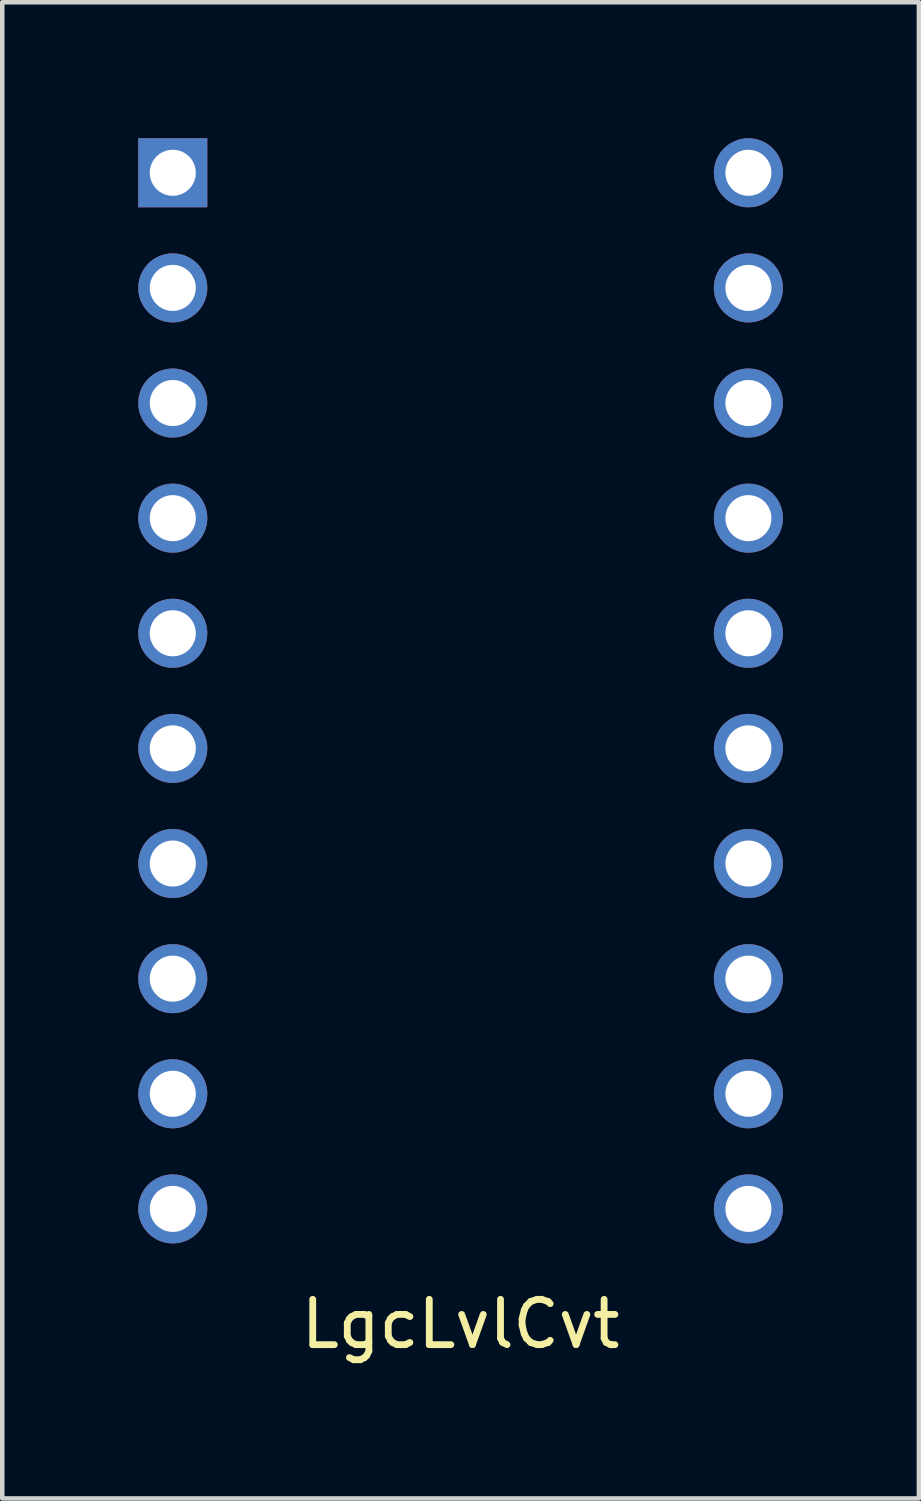
<source format=kicad_pcb>
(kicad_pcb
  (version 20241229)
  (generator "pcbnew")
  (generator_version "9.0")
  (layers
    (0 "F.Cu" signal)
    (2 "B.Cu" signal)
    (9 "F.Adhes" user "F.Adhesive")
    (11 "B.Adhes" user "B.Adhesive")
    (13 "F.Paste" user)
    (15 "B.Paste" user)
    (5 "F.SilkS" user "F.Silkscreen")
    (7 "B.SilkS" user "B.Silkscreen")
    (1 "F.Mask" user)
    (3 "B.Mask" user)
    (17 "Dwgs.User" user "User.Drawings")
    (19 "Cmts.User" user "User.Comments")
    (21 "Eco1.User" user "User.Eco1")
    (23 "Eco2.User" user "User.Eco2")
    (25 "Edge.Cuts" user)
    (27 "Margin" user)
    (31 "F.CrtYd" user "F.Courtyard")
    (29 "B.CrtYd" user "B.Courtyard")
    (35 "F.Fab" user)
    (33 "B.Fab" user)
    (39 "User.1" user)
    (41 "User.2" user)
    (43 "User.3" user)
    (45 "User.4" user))
  (footprint "LgcLvlCvt"
    (layer "F.Cu")
    (at 0.762 0.762)
    (property "Reference" "LgcLvlCvt" (at 6.35 25.4 0) (layer "F.SilkS") (effects (font (size 1 1) (thickness 0.15))))
    (attr through_hole)
    (pad "1" thru_hole rect (at 0 0) (size 1.524 1.524) (drill 1.016) (layers "*.Cu" "*.Mask"))
    (pad "2" thru_hole circle (at 0 2.54) (size 1.524 1.524) (drill 1.016) (layers "*.Cu" "*.Mask"))
    (pad "3" thru_hole circle (at 0 5.08) (size 1.524 1.524) (drill 1.016) (layers "*.Cu" "*.Mask"))
    (pad "4" thru_hole circle (at 0 7.62) (size 1.524 1.524) (drill 1.016) (layers "*.Cu" "*.Mask"))
    (pad "5" thru_hole circle (at 0 10.16) (size 1.524 1.524) (drill 1.016) (layers "*.Cu" "*.Mask"))
    (pad "6" thru_hole circle (at 0 12.7) (size 1.524 1.524) (drill 1.016) (layers "*.Cu" "*.Mask"))
    (pad "7" thru_hole circle (at 0 15.24) (size 1.524 1.524) (drill 1.016) (layers "*.Cu" "*.Mask"))
    (pad "8" thru_hole circle (at 0 17.78) (size 1.524 1.524) (drill 1.016) (layers "*.Cu" "*.Mask"))
    (pad "9" thru_hole circle (at 0 20.32) (size 1.524 1.524) (drill 1.016) (layers "*.Cu" "*.Mask"))
    (pad "10" thru_hole circle (at 0 22.86) (size 1.524 1.524) (drill 1.016) (layers "*.Cu" "*.Mask"))
    (pad "11" thru_hole circle (at 12.7 22.86) (size 1.524 1.524) (drill 1.016) (layers "*.Cu" "*.Mask"))
    (pad "12" thru_hole circle (at 12.7 20.32) (size 1.524 1.524) (drill 1.016) (layers "*.Cu" "*.Mask"))
    (pad "13" thru_hole circle (at 12.7 17.78) (size 1.524 1.524) (drill 1.016) (layers "*.Cu" "*.Mask"))
    (pad "14" thru_hole circle (at 12.7 15.24) (size 1.524 1.524) (drill 1.016) (layers "*.Cu" "*.Mask"))
    (pad "15" thru_hole circle (at 12.7 12.7) (size 1.524 1.524) (drill 1.016) (layers "*.Cu" "*.Mask"))
    (pad "16" thru_hole circle (at 12.7 10.16) (size 1.524 1.524) (drill 1.016) (layers "*.Cu" "*.Mask"))
    (pad "17" thru_hole circle (at 12.7 7.62) (size 1.524 1.524) (drill 1.016) (layers "*.Cu" "*.Mask"))
    (pad "18" thru_hole circle (at 12.7 5.08) (size 1.524 1.524) (drill 1.016) (layers "*.Cu" "*.Mask"))
    (pad "19" thru_hole circle (at 12.7 2.54) (size 1.524 1.524) (drill 1.016) (layers "*.Cu" "*.Mask"))
    (pad "20" thru_hole circle (at 12.7 0) (size 1.524 1.524) (drill 1.016) (layers "*.Cu" "*.Mask")))
  (gr_rect
    (start -3 -3)
    (end 17.224 30.01)
    (stroke (width 0.1) (type default))
    (fill no)
    (layer "Edge.Cuts")))
</source>
